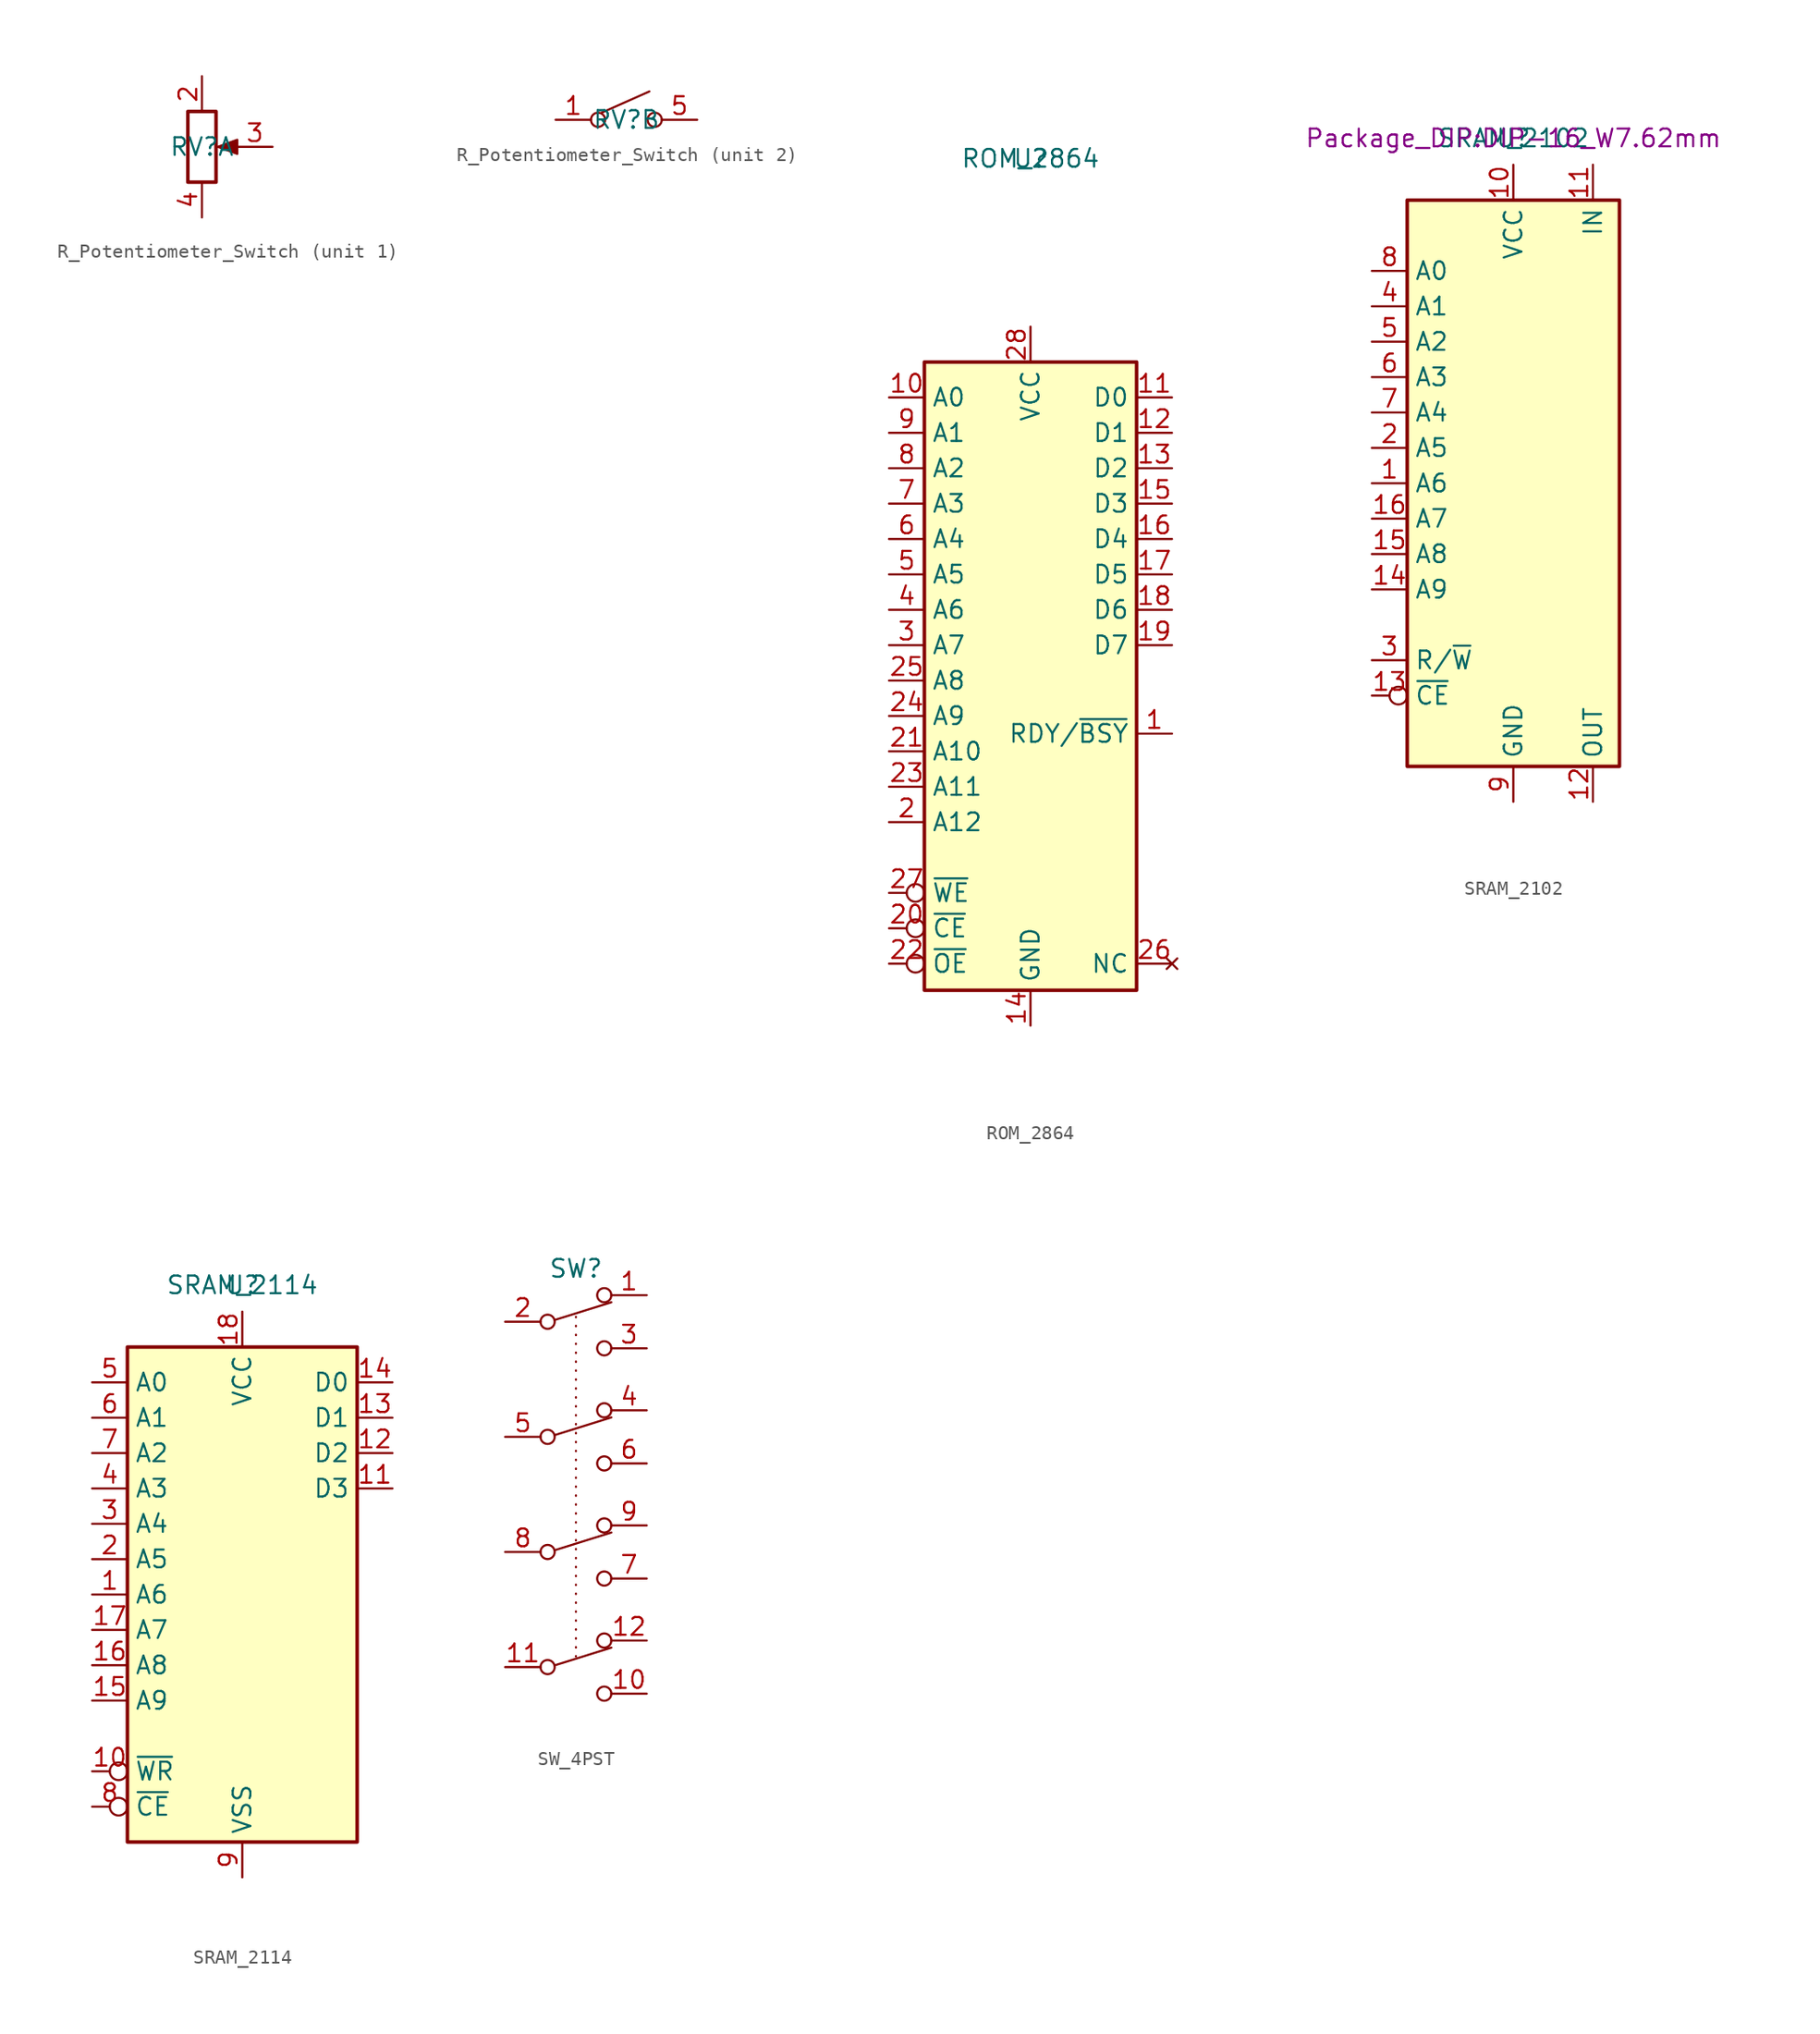
<source format=kicad_sym>
(kicad_symbol_lib
  (version 20241209)
  (generator "kicad_symbol_editor")
  (generator_version "9.0")
  (symbol "R_Potentiometer_Switch"
    (property "Reference" "RV"
      (at 0 0 0)
      (effects (font (size 1.27 1.27))))
    (property "Value" ""
      (at 0 3.81 0)
      (effects (font (size 1.27 1.27))))
    (property "ki_locked" ""
      (at 0 0 0)
      (effects (font (size 1.27 1.27))))
    (symbol "R_Potentiometer_Switch_1_1"
      (rectangle (start -1.016 2.54) (end 1.016 -2.54) (stroke (width 0.254) (type default)) (fill (type none)))
      (polyline (pts (xy 1.143 0) (xy 2.54 0.508) (xy 2.54 -0.508) (xy 1.143 0)) (stroke (width 0) (type default)) (fill (type outline)))
      (pin passive line (at 0 5.08 270) (length 2.54) (name "~" (effects (font (size 1.27 1.27)))) (number "2" (effects (font (size 1.27 1.27)))))
      (pin passive line (at 0 -5.08 90) (length 2.54) (name "~" (effects (font (size 1.27 1.27)))) (number "4" (effects (font (size 1.27 1.27)))))
      (pin passive line (at 5.08 0 180) (length 2.54) (name "~" (effects (font (size 1.27 1.27)))) (number "3" (effects (font (size 1.27 1.27))))))
    (symbol "R_Potentiometer_Switch_2_0"
      (circle (center -2.032 0) (radius 0.508) (stroke (width 0) (type default)) (fill (type none)))
      (polyline (pts (xy -1.778 0.508) (xy 1.651 2.032)) (stroke (width 0) (type default)) (fill (type none)))
      (circle (center 2.032 0) (radius 0.508) (stroke (width 0) (type default)) (fill (type none))))
    (symbol "R_Potentiometer_Switch_2_1"
      (pin passive line (at -5.08 0 0) (length 2.54) (name "~" (effects (font (size 1.27 1.27)))) (number "1" (effects (font (size 1.27 1.27)))))
      (pin passive line (at 5.08 0 180) (length 2.54) (name "~" (effects (font (size 1.27 1.27)))) (number "5" (effects (font (size 1.27 1.27)))))))
  (symbol "ROM_2864"
    (property "Reference" "U"
      (at 0 0 0)
      (effects (font (size 1.27 1.27))))
    (property "Value" "ROM_2864"
      (at 0 0 0)
      (effects (font (size 1.27 1.27))))
    (symbol "ROM_2864_1_1"
      (rectangle (start -7.62 -14.605) (end 7.62 -59.69) (stroke (width 0.254) (type default)) (fill (type background)))
      (pin input line (at -10.16 -17.145 0) (length 2.54) (name "A0" (effects (font (size 1.27 1.27)))) (number "10" (effects (font (size 1.27 1.27)))))
      (pin input line (at -10.16 -19.685 0) (length 2.54) (name "A1" (effects (font (size 1.27 1.27)))) (number "9" (effects (font (size 1.27 1.27)))))
      (pin input line (at -10.16 -22.225 0) (length 2.54) (name "A2" (effects (font (size 1.27 1.27)))) (number "8" (effects (font (size 1.27 1.27)))))
      (pin input line (at -10.16 -24.765 0) (length 2.54) (name "A3" (effects (font (size 1.27 1.27)))) (number "7" (effects (font (size 1.27 1.27)))))
      (pin input line (at -10.16 -27.305 0) (length 2.54) (name "A4" (effects (font (size 1.27 1.27)))) (number "6" (effects (font (size 1.27 1.27)))))
      (pin input line (at -10.16 -29.845 0) (length 2.54) (name "A5" (effects (font (size 1.27 1.27)))) (number "5" (effects (font (size 1.27 1.27)))))
      (pin input line (at -10.16 -32.385 0) (length 2.54) (name "A6" (effects (font (size 1.27 1.27)))) (number "4" (effects (font (size 1.27 1.27)))))
      (pin input line (at -10.16 -34.925 0) (length 2.54) (name "A7" (effects (font (size 1.27 1.27)))) (number "3" (effects (font (size 1.27 1.27)))))
      (pin input line (at -10.16 -37.465 0) (length 2.54) (name "A8" (effects (font (size 1.27 1.27)))) (number "25" (effects (font (size 1.27 1.27)))))
      (pin input line (at -10.16 -40.005 0) (length 2.54) (name "A9" (effects (font (size 1.27 1.27)))) (number "24" (effects (font (size 1.27 1.27)))))
      (pin input line (at -10.16 -42.545 0) (length 2.54) (name "A10" (effects (font (size 1.27 1.27)))) (number "21" (effects (font (size 1.27 1.27)))))
      (pin input line (at -10.16 -45.085 0) (length 2.54) (name "A11" (effects (font (size 1.27 1.27)))) (number "23" (effects (font (size 1.27 1.27)))))
      (pin input line (at -10.16 -47.625 0) (length 2.54) (name "A12" (effects (font (size 1.27 1.27)))) (number "2" (effects (font (size 1.27 1.27)))))
      (pin input inverted (at -10.16 -52.705 0) (length 2.54) (name "~{WE}" (effects (font (size 1.27 1.27)))) (number "27" (effects (font (size 1.27 1.27)))))
      (pin input inverted (at -10.16 -55.245 0) (length 2.54) (name "~{CE}" (effects (font (size 1.27 1.27)))) (number "20" (effects (font (size 1.27 1.27)))))
      (pin input inverted (at -10.16 -57.785 0) (length 2.54) (name "~{OE}" (effects (font (size 1.27 1.27)))) (number "22" (effects (font (size 1.27 1.27)))))
      (pin power_in line (at 0 -12.065 270) (length 2.54) (name "VCC" (effects (font (size 1.27 1.27)))) (number "28" (effects (font (size 1.27 1.27)))))
      (pin power_in line (at 0 -62.23 90) (length 2.54) (name "GND" (effects (font (size 1.27 1.27)))) (number "14" (effects (font (size 1.27 1.27)))))
      (pin tri_state line (at 10.16 -17.145 180) (length 2.54) (name "D0" (effects (font (size 1.27 1.27)))) (number "11" (effects (font (size 1.27 1.27)))))
      (pin tri_state line (at 10.16 -19.685 180) (length 2.54) (name "D1" (effects (font (size 1.27 1.27)))) (number "12" (effects (font (size 1.27 1.27)))))
      (pin tri_state line (at 10.16 -22.225 180) (length 2.54) (name "D2" (effects (font (size 1.27 1.27)))) (number "13" (effects (font (size 1.27 1.27)))))
      (pin tri_state line (at 10.16 -24.765 180) (length 2.54) (name "D3" (effects (font (size 1.27 1.27)))) (number "15" (effects (font (size 1.27 1.27)))))
      (pin tri_state line (at 10.16 -27.305 180) (length 2.54) (name "D4" (effects (font (size 1.27 1.27)))) (number "16" (effects (font (size 1.27 1.27)))))
      (pin tri_state line (at 10.16 -29.845 180) (length 2.54) (name "D5" (effects (font (size 1.27 1.27)))) (number "17" (effects (font (size 1.27 1.27)))))
      (pin tri_state line (at 10.16 -32.385 180) (length 2.54) (name "D6" (effects (font (size 1.27 1.27)))) (number "18" (effects (font (size 1.27 1.27)))))
      (pin tri_state line (at 10.16 -34.925 180) (length 2.54) (name "D7" (effects (font (size 1.27 1.27)))) (number "19" (effects (font (size 1.27 1.27)))))
      (pin output line (at 10.16 -41.275 180) (length 2.54) (name "RDY/~{BSY}" (effects (font (size 1.27 1.27)))) (number "1" (effects (font (size 1.27 1.27)))))
      (pin no_connect line (at 10.16 -57.785 180) (length 2.54) (name "NC" (effects (font (size 1.27 1.27)))) (number "26" (effects (font (size 1.27 1.27)))))))
  (symbol "SRAM_2102"
    (property "Reference" "U"
      (at 0 0 0)
      (effects (font (size 1.27 1.27))))
    (property "Value" "SRAM_2102"
      (at 0 0 0)
      (effects (font (size 1.27 1.27))))
    (property "Footprint" "Package_DIP:DIP-16_W7.62mm"
      (at 0 0 0)
      (effects (font (size 1.27 1.27))))
    (symbol "SRAM_2102_1_1"
      (rectangle (start -7.62 -4.445) (end 7.62 -45.085) (stroke (width 0.254) (type default)) (fill (type background)))
      (pin input line (at -10.16 -9.525 0) (length 2.54) (name "A0" (effects (font (size 1.27 1.27)))) (number "8" (effects (font (size 1.27 1.27)))))
      (pin input line (at -10.16 -12.065 0) (length 2.54) (name "A1" (effects (font (size 1.27 1.27)))) (number "4" (effects (font (size 1.27 1.27)))))
      (pin input line (at -10.16 -14.605 0) (length 2.54) (name "A2" (effects (font (size 1.27 1.27)))) (number "5" (effects (font (size 1.27 1.27)))))
      (pin input line (at -10.16 -17.145 0) (length 2.54) (name "A3" (effects (font (size 1.27 1.27)))) (number "6" (effects (font (size 1.27 1.27)))))
      (pin input line (at -10.16 -19.685 0) (length 2.54) (name "A4" (effects (font (size 1.27 1.27)))) (number "7" (effects (font (size 1.27 1.27)))))
      (pin input line (at -10.16 -22.225 0) (length 2.54) (name "A5" (effects (font (size 1.27 1.27)))) (number "2" (effects (font (size 1.27 1.27)))))
      (pin input line (at -10.16 -24.765 0) (length 2.54) (name "A6" (effects (font (size 1.27 1.27)))) (number "1" (effects (font (size 1.27 1.27)))))
      (pin input line (at -10.16 -27.305 0) (length 2.54) (name "A7" (effects (font (size 1.27 1.27)))) (number "16" (effects (font (size 1.27 1.27)))))
      (pin input line (at -10.16 -29.845 0) (length 2.54) (name "A8" (effects (font (size 1.27 1.27)))) (number "15" (effects (font (size 1.27 1.27)))))
      (pin input line (at -10.16 -32.385 0) (length 2.54) (name "A9" (effects (font (size 1.27 1.27)))) (number "14" (effects (font (size 1.27 1.27)))))
      (pin input line (at -10.16 -37.465 0) (length 2.54) (name "R/~{W}" (effects (font (size 1.27 1.27)))) (number "3" (effects (font (size 1.27 1.27)))))
      (pin input inverted (at -10.16 -40.005 0) (length 2.54) (name "~{CE}" (effects (font (size 1.27 1.27)))) (number "13" (effects (font (size 1.27 1.27)))))
      (pin power_in line (at 0 -1.905 270) (length 2.54) (name "VCC" (effects (font (size 1.27 1.27)))) (number "10" (effects (font (size 1.27 1.27)))))
      (pin power_in line (at 0 -47.625 90) (length 2.54) (name "GND" (effects (font (size 1.27 1.27)))) (number "9" (effects (font (size 1.27 1.27)))))
      (pin input line (at 5.715 -1.905 270) (length 2.54) (name "IN" (effects (font (size 1.27 1.27)))) (number "11" (effects (font (size 1.27 1.27)))))
      (pin tri_state line (at 5.715 -47.625 90) (length 2.54) (name "OUT" (effects (font (size 1.27 1.27)))) (number "12" (effects (font (size 1.27 1.27)))))))
  (symbol "SRAM_2114"
    (property "Reference" "U"
      (at 0 0 0)
      (effects (font (size 1.27 1.27))))
    (property "Value" "SRAM_2114"
      (at 0 0 0)
      (effects (font (size 1.27 1.27))))
    (symbol "SRAM_2114_1_1"
      (rectangle (start -8.255 -4.445) (end 8.255 -40.005) (stroke (width 0.254) (type default)) (fill (type background)))
      (pin input line (at -10.795 -6.985 0) (length 2.54) (name "A0" (effects (font (size 1.27 1.27)))) (number "5" (effects (font (size 1.27 1.27)))))
      (pin input line (at -10.795 -9.525 0) (length 2.54) (name "A1" (effects (font (size 1.27 1.27)))) (number "6" (effects (font (size 1.27 1.27)))))
      (pin input line (at -10.795 -12.065 0) (length 2.54) (name "A2" (effects (font (size 1.27 1.27)))) (number "7" (effects (font (size 1.27 1.27)))))
      (pin input line (at -10.795 -14.605 0) (length 2.54) (name "A3" (effects (font (size 1.27 1.27)))) (number "4" (effects (font (size 1.27 1.27)))))
      (pin input line (at -10.795 -17.145 0) (length 2.54) (name "A4" (effects (font (size 1.27 1.27)))) (number "3" (effects (font (size 1.27 1.27)))))
      (pin input line (at -10.795 -19.685 0) (length 2.54) (name "A5" (effects (font (size 1.27 1.27)))) (number "2" (effects (font (size 1.27 1.27)))))
      (pin input line (at -10.795 -22.225 0) (length 2.54) (name "A6" (effects (font (size 1.27 1.27)))) (number "1" (effects (font (size 1.27 1.27)))))
      (pin input line (at -10.795 -24.765 0) (length 2.54) (name "A7" (effects (font (size 1.27 1.27)))) (number "17" (effects (font (size 1.27 1.27)))))
      (pin input line (at -10.795 -27.305 0) (length 2.54) (name "A8" (effects (font (size 1.27 1.27)))) (number "16" (effects (font (size 1.27 1.27)))))
      (pin input line (at -10.795 -29.845 0) (length 2.54) (name "A9" (effects (font (size 1.27 1.27)))) (number "15" (effects (font (size 1.27 1.27)))))
      (pin input inverted (at -10.795 -34.925 0) (length 2.54) (name "~{WR}" (effects (font (size 1.27 1.27)))) (number "10" (effects (font (size 1.27 1.27)))))
      (pin input inverted (at -10.795 -37.465 0) (length 2.54) (name "~{CE}" (effects (font (size 1.27 1.27)))) (number "8" (effects (font (size 1.27 1.27)))))
      (pin power_in line (at 0 -1.905 270) (length 2.54) (name "VCC" (effects (font (size 1.27 1.27)))) (number "18" (effects (font (size 1.27 1.27)))))
      (pin power_in line (at 0 -42.545 90) (length 2.54) (name "VSS" (effects (font (size 1.27 1.27)))) (number "9" (effects (font (size 1.27 1.27)))))
      (pin tri_state line (at 10.795 -6.985 180) (length 2.54) (name "D0" (effects (font (size 1.27 1.27)))) (number "14" (effects (font (size 1.27 1.27)))))
      (pin tri_state line (at 10.795 -9.525 180) (length 2.54) (name "D1" (effects (font (size 1.27 1.27)))) (number "13" (effects (font (size 1.27 1.27)))))
      (pin tri_state line (at 10.795 -12.065 180) (length 2.54) (name "D2" (effects (font (size 1.27 1.27)))) (number "12" (effects (font (size 1.27 1.27)))))
      (pin tri_state line (at 10.795 -14.605 180) (length 2.54) (name "D3" (effects (font (size 1.27 1.27)))) (number "11" (effects (font (size 1.27 1.27)))))))
  (symbol "SW_4PST"
    (property "Reference" "SW"
      (at 0 0 0)
      (effects (font (size 1.27 1.27))))
    (property "Value" ""
      (at 0 0 0)
      (effects (font (size 1.27 1.27))))
    (symbol "SW_4PST_0_0"
      (circle (center -2.032 -3.81) (radius 0.508) (stroke (width 0) (type default)) (fill (type none)))
      (circle (center -2.032 -12.065) (radius 0.508) (stroke (width 0) (type default)) (fill (type none)))
      (circle (center -2.032 -20.32) (radius 0.508) (stroke (width 0) (type default)) (fill (type none)))
      (circle (center -2.032 -28.575) (radius 0.508) (stroke (width 0) (type default)) (fill (type none)))
      (polyline (pts (xy -1.524 -3.683) (xy 2.54 -2.413)) (stroke (width 0) (type default)) (fill (type none)))
      (polyline (pts (xy -1.524 -11.938) (xy 2.54 -10.668)) (stroke (width 0) (type default)) (fill (type none)))
      (polyline (pts (xy -1.524 -20.193) (xy 2.54 -18.923)) (stroke (width 0) (type default)) (fill (type none)))
      (polyline (pts (xy -1.524 -28.448) (xy 2.54 -27.178)) (stroke (width 0) (type default)) (fill (type none)))
      (circle (center 2.032 -1.905) (radius 0.508) (stroke (width 0) (type default)) (fill (type none)))
      (circle (center 2.032 -5.715) (radius 0.508) (stroke (width 0) (type default)) (fill (type none)))
      (circle (center 2.032 -10.16) (radius 0.508) (stroke (width 0) (type default)) (fill (type none)))
      (circle (center 2.032 -13.97) (radius 0.508) (stroke (width 0) (type default)) (fill (type none)))
      (circle (center 2.032 -18.415) (radius 0.508) (stroke (width 0) (type default)) (fill (type none)))
      (circle (center 2.032 -22.225) (radius 0.508) (stroke (width 0) (type default)) (fill (type none)))
      (circle (center 2.032 -26.67) (radius 0.508) (stroke (width 0) (type default)) (fill (type none)))
      (circle (center 2.032 -30.48) (radius 0.508) (stroke (width 0) (type default)) (fill (type none))))
    (symbol "SW_4PST_1_1"
      (polyline (pts (xy 0 -27.813) (xy 0 -3.365)) (stroke (width 0) (type dot)) (fill (type none)))
      (pin passive line (at -5.08 -3.81 0) (length 2.54) (name "~" (effects (font (size 1.27 1.27)))) (number "2" (effects (font (size 1.27 1.27)))))
      (pin passive line (at -5.08 -12.065 0) (length 2.54) (name "~" (effects (font (size 1.27 1.27)))) (number "5" (effects (font (size 1.27 1.27)))))
      (pin passive line (at -5.08 -20.32 0) (length 2.54) (name "~" (effects (font (size 1.27 1.27)))) (number "8" (effects (font (size 1.27 1.27)))))
      (pin passive line (at -5.08 -28.575 0) (length 2.54) (name "~" (effects (font (size 1.27 1.27)))) (number "11" (effects (font (size 1.27 1.27)))))
      (pin passive line (at 5.08 -1.905 180) (length 2.54) (name "~" (effects (font (size 1.27 1.27)))) (number "1" (effects (font (size 1.27 1.27)))))
      (pin passive line (at 5.08 -5.715 180) (length 2.54) (name "~" (effects (font (size 1.27 1.27)))) (number "3" (effects (font (size 1.27 1.27)))))
      (pin passive line (at 5.08 -10.16 180) (length 2.54) (name "~" (effects (font (size 1.27 1.27)))) (number "4" (effects (font (size 1.27 1.27)))))
      (pin passive line (at 5.08 -13.97 180) (length 2.54) (name "~" (effects (font (size 1.27 1.27)))) (number "6" (effects (font (size 1.27 1.27)))))
      (pin passive line (at 5.08 -18.415 180) (length 2.54) (name "~" (effects (font (size 1.27 1.27)))) (number "9" (effects (font (size 1.27 1.27)))))
      (pin passive line (at 5.08 -22.225 180) (length 2.54) (name "~" (effects (font (size 1.27 1.27)))) (number "7" (effects (font (size 1.27 1.27)))))
      (pin passive line (at 5.08 -26.67 180) (length 2.54) (name "~" (effects (font (size 1.27 1.27)))) (number "12" (effects (font (size 1.27 1.27)))))
      (pin passive line (at 5.08 -30.48 180) (length 2.54) (name "~" (effects (font (size 1.27 1.27)))) (number "10" (effects (font (size 1.27 1.27))))))))
</source>
